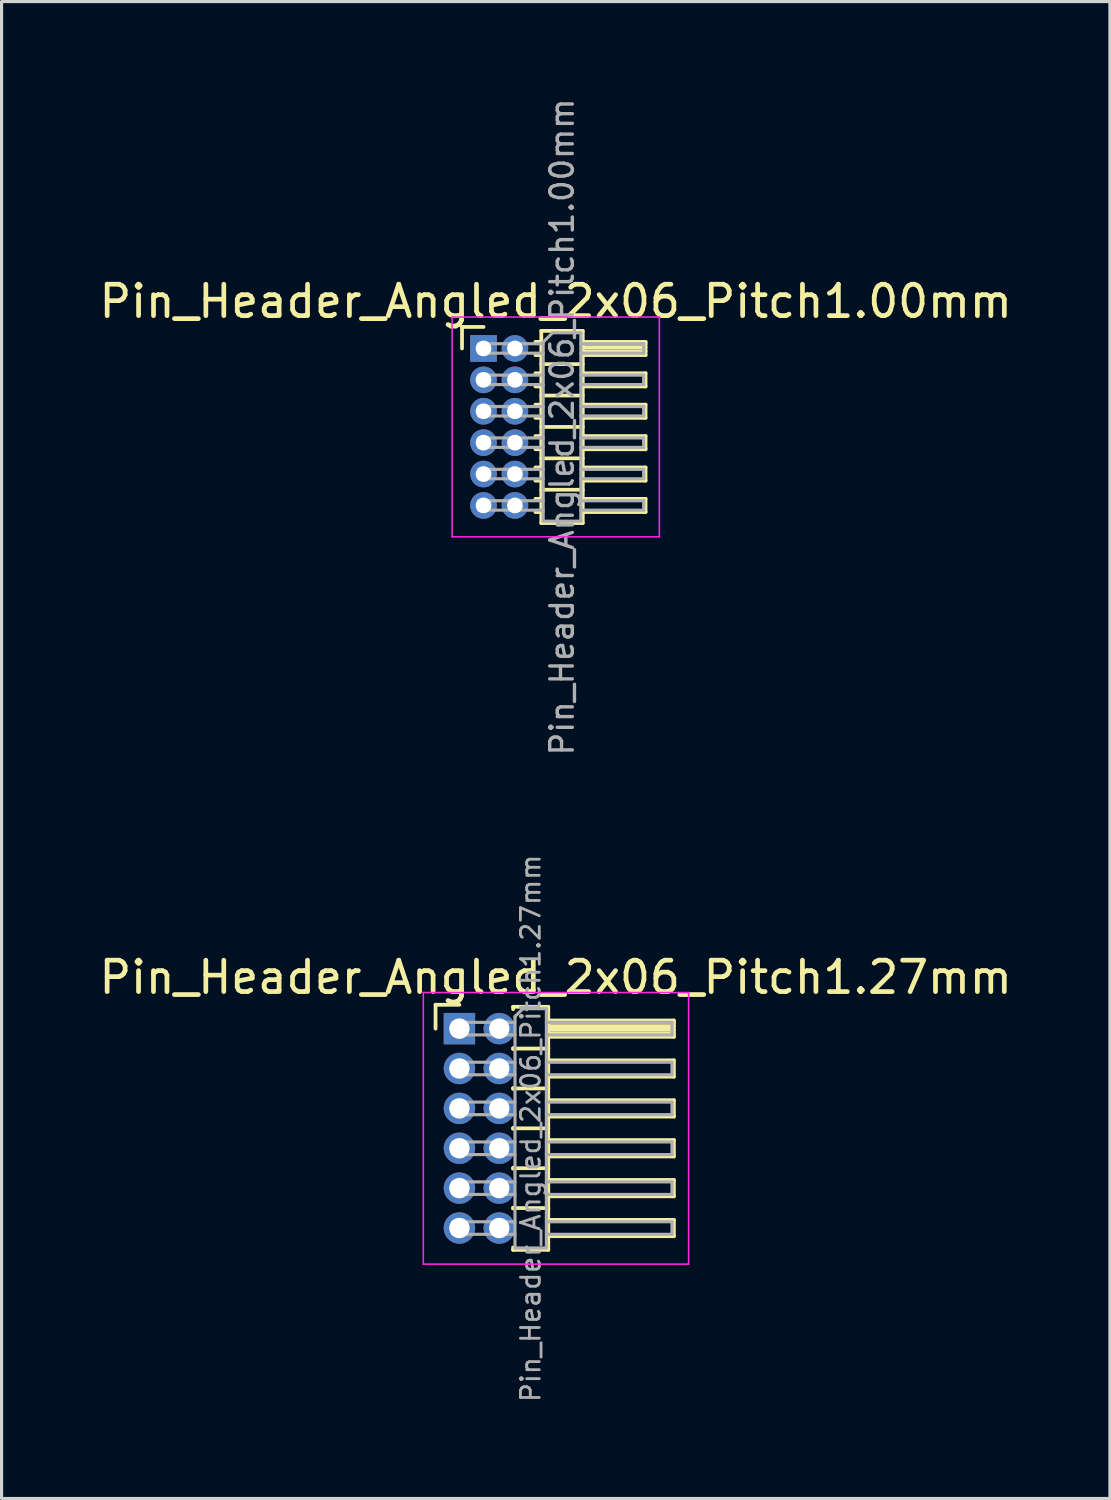
<source format=kicad_pcb>
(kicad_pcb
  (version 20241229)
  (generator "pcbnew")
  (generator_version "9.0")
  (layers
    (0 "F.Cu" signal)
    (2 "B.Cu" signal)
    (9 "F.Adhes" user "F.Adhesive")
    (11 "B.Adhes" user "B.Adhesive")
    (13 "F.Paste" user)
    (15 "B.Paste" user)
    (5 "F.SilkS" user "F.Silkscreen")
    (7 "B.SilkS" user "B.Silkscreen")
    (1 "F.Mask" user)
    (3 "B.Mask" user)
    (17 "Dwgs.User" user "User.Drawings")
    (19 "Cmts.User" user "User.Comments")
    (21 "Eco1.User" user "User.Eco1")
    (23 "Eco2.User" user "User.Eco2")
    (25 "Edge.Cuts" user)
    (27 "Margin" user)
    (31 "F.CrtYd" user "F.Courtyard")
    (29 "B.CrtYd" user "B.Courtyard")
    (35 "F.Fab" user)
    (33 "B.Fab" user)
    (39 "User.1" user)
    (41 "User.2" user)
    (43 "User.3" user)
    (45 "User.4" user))
  (footprint "Pin_Header_Angled_2x06_Pitch1.27mm"
    (layer "F.Cu")
    (at 11.581 29.709)
    (property "Reference" "Pin_Header_Angled_2x06_Pitch1.27mm" (at 3.067 -1.635 0) (layer "F.SilkS") (effects (font (size 1 1) (thickness 0.15))))
    (attr through_hole)
    (fp_line (start -0.76 -0.76) (end 0 -0.76) (stroke (width 0.12) (type solid)) (layer "F.SilkS"))
    (fp_line (start -0.76 0) (end -0.76 -0.76) (stroke (width 0.12) (type solid)) (layer "F.SilkS"))
    (fp_line (start 1.71 -0.695) (end 2.83 -0.695) (stroke (width 0.12) (type solid)) (layer "F.SilkS"))
    (fp_line (start 1.71 -0.62) (end 1.71 -0.695) (stroke (width 0.12) (type solid)) (layer "F.SilkS"))
    (fp_line (start 1.71 0.62) (end 1.71 0.65) (stroke (width 0.12) (type solid)) (layer "F.SilkS"))
    (fp_line (start 1.71 0.635) (end 2.83 0.635) (stroke (width 0.12) (type solid)) (layer "F.SilkS"))
    (fp_line (start 1.71 1.89) (end 1.71 1.92) (stroke (width 0.12) (type solid)) (layer "F.SilkS"))
    (fp_line (start 1.71 1.905) (end 2.83 1.905) (stroke (width 0.12) (type solid)) (layer "F.SilkS"))
    (fp_line (start 1.71 3.16) (end 1.71 3.19) (stroke (width 0.12) (type solid)) (layer "F.SilkS"))
    (fp_line (start 1.71 3.175) (end 2.83 3.175) (stroke (width 0.12) (type solid)) (layer "F.SilkS"))
    (fp_line (start 1.71 4.43) (end 1.71 4.46) (stroke (width 0.12) (type solid)) (layer "F.SilkS"))
    (fp_line (start 1.71 4.445) (end 2.83 4.445) (stroke (width 0.12) (type solid)) (layer "F.SilkS"))
    (fp_line (start 1.71 5.7) (end 1.71 5.73) (stroke (width 0.12) (type solid)) (layer "F.SilkS"))
    (fp_line (start 1.71 5.715) (end 2.83 5.715) (stroke (width 0.12) (type solid)) (layer "F.SilkS"))
    (fp_line (start 1.71 7.045) (end 1.71 6.97) (stroke (width 0.12) (type solid)) (layer "F.SilkS"))
    (fp_line (start 2.83 -0.695) (end 2.83 7.045) (stroke (width 0.12) (type solid)) (layer "F.SilkS"))
    (fp_line (start 2.83 -0.26) (end 6.83 -0.26) (stroke (width 0.12) (type solid)) (layer "F.SilkS"))
    (fp_line (start 2.83 -0.2) (end 6.83 -0.2) (stroke (width 0.12) (type solid)) (layer "F.SilkS"))
    (fp_line (start 2.83 -0.08) (end 6.83 -0.08) (stroke (width 0.12) (type solid)) (layer "F.SilkS"))
    (fp_line (start 2.83 0.04) (end 6.83 0.04) (stroke (width 0.12) (type solid)) (layer "F.SilkS"))
    (fp_line (start 2.83 0.16) (end 6.83 0.16) (stroke (width 0.12) (type solid)) (layer "F.SilkS"))
    (fp_line (start 2.83 1.01) (end 6.83 1.01) (stroke (width 0.12) (type solid)) (layer "F.SilkS"))
    (fp_line (start 2.83 2.28) (end 6.83 2.28) (stroke (width 0.12) (type solid)) (layer "F.SilkS"))
    (fp_line (start 2.83 3.55) (end 6.83 3.55) (stroke (width 0.12) (type solid)) (layer "F.SilkS"))
    (fp_line (start 2.83 4.82) (end 6.83 4.82) (stroke (width 0.12) (type solid)) (layer "F.SilkS"))
    (fp_line (start 2.83 6.09) (end 6.83 6.09) (stroke (width 0.12) (type solid)) (layer "F.SilkS"))
    (fp_line (start 2.83 7.045) (end 1.71 7.045) (stroke (width 0.12) (type solid)) (layer "F.SilkS"))
    (fp_line (start 6.83 -0.26) (end 6.83 0.26) (stroke (width 0.12) (type solid)) (layer "F.SilkS"))
    (fp_line (start 6.83 0.26) (end 2.83 0.26) (stroke (width 0.12) (type solid)) (layer "F.SilkS"))
    (fp_line (start 6.83 1.01) (end 6.83 1.53) (stroke (width 0.12) (type solid)) (layer "F.SilkS"))
    (fp_line (start 6.83 1.53) (end 2.83 1.53) (stroke (width 0.12) (type solid)) (layer "F.SilkS"))
    (fp_line (start 6.83 2.28) (end 6.83 2.8) (stroke (width 0.12) (type solid)) (layer "F.SilkS"))
    (fp_line (start 6.83 2.8) (end 2.83 2.8) (stroke (width 0.12) (type solid)) (layer "F.SilkS"))
    (fp_line (start 6.83 3.55) (end 6.83 4.07) (stroke (width 0.12) (type solid)) (layer "F.SilkS"))
    (fp_line (start 6.83 4.07) (end 2.83 4.07) (stroke (width 0.12) (type solid)) (layer "F.SilkS"))
    (fp_line (start 6.83 4.82) (end 6.83 5.34) (stroke (width 0.12) (type solid)) (layer "F.SilkS"))
    (fp_line (start 6.83 5.34) (end 2.83 5.34) (stroke (width 0.12) (type solid)) (layer "F.SilkS"))
    (fp_line (start 6.83 6.09) (end 6.83 6.61) (stroke (width 0.12) (type solid)) (layer "F.SilkS"))
    (fp_line (start 6.83 6.61) (end 2.83 6.61) (stroke (width 0.12) (type solid)) (layer "F.SilkS"))
    (fp_line (start -1.15 -1.15) (end -1.15 7.5) (stroke (width 0.05) (type solid)) (layer "F.CrtYd"))
    (fp_line (start -1.15 7.5) (end 7.3 7.5) (stroke (width 0.05) (type solid)) (layer "F.CrtYd"))
    (fp_line (start 7.3 -1.15) (end -1.15 -1.15) (stroke (width 0.05) (type solid)) (layer "F.CrtYd"))
    (fp_line (start 7.3 7.5) (end 7.3 -1.15) (stroke (width 0.05) (type solid)) (layer "F.CrtYd"))
    (fp_line (start -0.2 -0.2) (end -0.2 0.2) (stroke (width 0.1) (type solid)) (layer "F.Fab"))
    (fp_line (start -0.2 -0.2) (end 1.77 -0.2) (stroke (width 0.1) (type solid)) (layer "F.Fab"))
    (fp_line (start -0.2 0.2) (end 1.77 0.2) (stroke (width 0.1) (type solid)) (layer "F.Fab"))
    (fp_line (start -0.2 1.07) (end -0.2 1.47) (stroke (width 0.1) (type solid)) (layer "F.Fab"))
    (fp_line (start -0.2 1.07) (end 1.77 1.07) (stroke (width 0.1) (type solid)) (layer "F.Fab"))
    (fp_line (start -0.2 1.47) (end 1.77 1.47) (stroke (width 0.1) (type solid)) (layer "F.Fab"))
    (fp_line (start -0.2 2.34) (end -0.2 2.74) (stroke (width 0.1) (type solid)) (layer "F.Fab"))
    (fp_line (start -0.2 2.34) (end 1.77 2.34) (stroke (width 0.1) (type solid)) (layer "F.Fab"))
    (fp_line (start -0.2 2.74) (end 1.77 2.74) (stroke (width 0.1) (type solid)) (layer "F.Fab"))
    (fp_line (start -0.2 3.61) (end -0.2 4.01) (stroke (width 0.1) (type solid)) (layer "F.Fab"))
    (fp_line (start -0.2 3.61) (end 1.77 3.61) (stroke (width 0.1) (type solid)) (layer "F.Fab"))
    (fp_line (start -0.2 4.01) (end 1.77 4.01) (stroke (width 0.1) (type solid)) (layer "F.Fab"))
    (fp_line (start -0.2 4.88) (end -0.2 5.28) (stroke (width 0.1) (type solid)) (layer "F.Fab"))
    (fp_line (start -0.2 4.88) (end 1.77 4.88) (stroke (width 0.1) (type solid)) (layer "F.Fab"))
    (fp_line (start -0.2 5.28) (end 1.77 5.28) (stroke (width 0.1) (type solid)) (layer "F.Fab"))
    (fp_line (start -0.2 6.15) (end -0.2 6.55) (stroke (width 0.1) (type solid)) (layer "F.Fab"))
    (fp_line (start -0.2 6.15) (end 1.77 6.15) (stroke (width 0.1) (type solid)) (layer "F.Fab"))
    (fp_line (start -0.2 6.55) (end 1.77 6.55) (stroke (width 0.1) (type solid)) (layer "F.Fab"))
    (fp_line (start 1.77 -0.385) (end 2.02 -0.635) (stroke (width 0.1) (type solid)) (layer "F.Fab"))
    (fp_line (start 1.77 6.985) (end 1.77 -0.385) (stroke (width 0.1) (type solid)) (layer "F.Fab"))
    (fp_line (start 2.02 -0.635) (end 2.77 -0.635) (stroke (width 0.1) (type solid)) (layer "F.Fab"))
    (fp_line (start 2.77 -0.635) (end 2.77 6.985) (stroke (width 0.1) (type solid)) (layer "F.Fab"))
    (fp_line (start 2.77 -0.2) (end 6.77 -0.2) (stroke (width 0.1) (type solid)) (layer "F.Fab"))
    (fp_line (start 2.77 0.2) (end 6.77 0.2) (stroke (width 0.1) (type solid)) (layer "F.Fab"))
    (fp_line (start 2.77 1.07) (end 6.77 1.07) (stroke (width 0.1) (type solid)) (layer "F.Fab"))
    (fp_line (start 2.77 1.47) (end 6.77 1.47) (stroke (width 0.1) (type solid)) (layer "F.Fab"))
    (fp_line (start 2.77 2.34) (end 6.77 2.34) (stroke (width 0.1) (type solid)) (layer "F.Fab"))
    (fp_line (start 2.77 2.74) (end 6.77 2.74) (stroke (width 0.1) (type solid)) (layer "F.Fab"))
    (fp_line (start 2.77 3.61) (end 6.77 3.61) (stroke (width 0.1) (type solid)) (layer "F.Fab"))
    (fp_line (start 2.77 4.01) (end 6.77 4.01) (stroke (width 0.1) (type solid)) (layer "F.Fab"))
    (fp_line (start 2.77 4.88) (end 6.77 4.88) (stroke (width 0.1) (type solid)) (layer "F.Fab"))
    (fp_line (start 2.77 5.28) (end 6.77 5.28) (stroke (width 0.1) (type solid)) (layer "F.Fab"))
    (fp_line (start 2.77 6.15) (end 6.77 6.15) (stroke (width 0.1) (type solid)) (layer "F.Fab"))
    (fp_line (start 2.77 6.55) (end 6.77 6.55) (stroke (width 0.1) (type solid)) (layer "F.Fab"))
    (fp_line (start 2.77 6.985) (end 1.77 6.985) (stroke (width 0.1) (type solid)) (layer "F.Fab"))
    (fp_line (start 6.77 -0.2) (end 6.77 0.2) (stroke (width 0.1) (type solid)) (layer "F.Fab"))
    (fp_line (start 6.77 1.07) (end 6.77 1.47) (stroke (width 0.1) (type solid)) (layer "F.Fab"))
    (fp_line (start 6.77 2.34) (end 6.77 2.74) (stroke (width 0.1) (type solid)) (layer "F.Fab"))
    (fp_line (start 6.77 3.61) (end 6.77 4.01) (stroke (width 0.1) (type solid)) (layer "F.Fab"))
    (fp_line (start 6.77 4.88) (end 6.77 5.28) (stroke (width 0.1) (type solid)) (layer "F.Fab"))
    (fp_line (start 6.77 6.15) (end 6.77 6.55) (stroke (width 0.1) (type solid)) (layer "F.Fab"))
    (fp_text user "${REFERENCE}" (at 2.27 3.175 90) (layer "F.Fab") (effects (font (size 0.6 0.6) (thickness 0.09))))
    (pad "1" thru_hole rect (at 0 0) (size 1 1) (drill 0.65) (layers "*.Cu" "*.Mask"))
    (pad "2" thru_hole oval (at 1.27 0) (size 1 1) (drill 0.65) (layers "*.Cu" "*.Mask"))
    (pad "3" thru_hole oval (at 0 1.27) (size 1 1) (drill 0.65) (layers "*.Cu" "*.Mask"))
    (pad "4" thru_hole oval (at 1.27 1.27) (size 1 1) (drill 0.65) (layers "*.Cu" "*.Mask"))
    (pad "5" thru_hole oval (at 0 2.54) (size 1 1) (drill 0.65) (layers "*.Cu" "*.Mask"))
    (pad "6" thru_hole oval (at 1.27 2.54) (size 1 1) (drill 0.65) (layers "*.Cu" "*.Mask"))
    (pad "7" thru_hole oval (at 0 3.81) (size 1 1) (drill 0.65) (layers "*.Cu" "*.Mask"))
    (pad "8" thru_hole oval (at 1.27 3.81) (size 1 1) (drill 0.65) (layers "*.Cu" "*.Mask"))
    (pad "9" thru_hole oval (at 0 5.08) (size 1 1) (drill 0.65) (layers "*.Cu" "*.Mask"))
    (pad "10" thru_hole oval (at 1.27 5.08) (size 1 1) (drill 0.65) (layers "*.Cu" "*.Mask"))
    (pad "11" thru_hole oval (at 0 6.35) (size 1 1) (drill 0.65) (layers "*.Cu" "*.Mask"))
    (pad "12" thru_hole oval (at 1.27 6.35) (size 1 1) (drill 0.65) (layers "*.Cu" "*.Mask")))
  (footprint "Pin_Header_Angled_2x06_Pitch1.00mm"
    (layer "F.Cu")
    (at 12.349 8.047)
    (property "Reference" "Pin_Header_Angled_2x06_Pitch1.00mm" (at 2.3 -1.5 0) (layer "F.SilkS") (effects (font (size 1 1) (thickness 0.15))))
    (attr through_hole)
    (fp_line (start -0.685 -0.685) (end 0 -0.685) (stroke (width 0.12) (type solid)) (layer "F.SilkS"))
    (fp_line (start -0.685 0) (end -0.685 -0.685) (stroke (width 0.12) (type solid)) (layer "F.SilkS"))
    (fp_line (start 1.652 -0.21) (end 1.84 -0.21) (stroke (width 0.12) (type solid)) (layer "F.SilkS"))
    (fp_line (start 1.652 0.21) (end 1.84 0.21) (stroke (width 0.12) (type solid)) (layer "F.SilkS"))
    (fp_line (start 1.652 0.79) (end 1.84 0.79) (stroke (width 0.12) (type solid)) (layer "F.SilkS"))
    (fp_line (start 1.652 1.21) (end 1.84 1.21) (stroke (width 0.12) (type solid)) (layer "F.SilkS"))
    (fp_line (start 1.652 1.79) (end 1.84 1.79) (stroke (width 0.12) (type solid)) (layer "F.SilkS"))
    (fp_line (start 1.652 2.21) (end 1.84 2.21) (stroke (width 0.12) (type solid)) (layer "F.SilkS"))
    (fp_line (start 1.652 2.79) (end 1.84 2.79) (stroke (width 0.12) (type solid)) (layer "F.SilkS"))
    (fp_line (start 1.652 3.21) (end 1.84 3.21) (stroke (width 0.12) (type solid)) (layer "F.SilkS"))
    (fp_line (start 1.652 3.79) (end 1.84 3.79) (stroke (width 0.12) (type solid)) (layer "F.SilkS"))
    (fp_line (start 1.652 4.21) (end 1.84 4.21) (stroke (width 0.12) (type solid)) (layer "F.SilkS"))
    (fp_line (start 1.652 4.79) (end 1.84 4.79) (stroke (width 0.12) (type solid)) (layer "F.SilkS"))
    (fp_line (start 1.652 5.21) (end 1.84 5.21) (stroke (width 0.12) (type solid)) (layer "F.SilkS"))
    (fp_line (start 1.84 -0.56) (end 1.84 5.56) (stroke (width 0.12) (type solid)) (layer "F.SilkS"))
    (fp_line (start 1.84 0.5) (end 3.16 0.5) (stroke (width 0.12) (type solid)) (layer "F.SilkS"))
    (fp_line (start 1.84 1.5) (end 3.16 1.5) (stroke (width 0.12) (type solid)) (layer "F.SilkS"))
    (fp_line (start 1.84 2.5) (end 3.16 2.5) (stroke (width 0.12) (type solid)) (layer "F.SilkS"))
    (fp_line (start 1.84 3.5) (end 3.16 3.5) (stroke (width 0.12) (type solid)) (layer "F.SilkS"))
    (fp_line (start 1.84 4.5) (end 3.16 4.5) (stroke (width 0.12) (type solid)) (layer "F.SilkS"))
    (fp_line (start 1.84 5.56) (end 3.16 5.56) (stroke (width 0.12) (type solid)) (layer "F.SilkS"))
    (fp_line (start 3.16 -0.56) (end 1.84 -0.56) (stroke (width 0.12) (type solid)) (layer "F.SilkS"))
    (fp_line (start 3.16 -0.21) (end 5.16 -0.21) (stroke (width 0.12) (type solid)) (layer "F.SilkS"))
    (fp_line (start 3.16 -0.15) (end 5.16 -0.15) (stroke (width 0.12) (type solid)) (layer "F.SilkS"))
    (fp_line (start 3.16 -0.03) (end 5.16 -0.03) (stroke (width 0.12) (type solid)) (layer "F.SilkS"))
    (fp_line (start 3.16 0.09) (end 5.16 0.09) (stroke (width 0.12) (type solid)) (layer "F.SilkS"))
    (fp_line (start 3.16 0.79) (end 5.16 0.79) (stroke (width 0.12) (type solid)) (layer "F.SilkS"))
    (fp_line (start 3.16 1.79) (end 5.16 1.79) (stroke (width 0.12) (type solid)) (layer "F.SilkS"))
    (fp_line (start 3.16 2.79) (end 5.16 2.79) (stroke (width 0.12) (type solid)) (layer "F.SilkS"))
    (fp_line (start 3.16 3.79) (end 5.16 3.79) (stroke (width 0.12) (type solid)) (layer "F.SilkS"))
    (fp_line (start 3.16 4.79) (end 5.16 4.79) (stroke (width 0.12) (type solid)) (layer "F.SilkS"))
    (fp_line (start 3.16 5.56) (end 3.16 -0.56) (stroke (width 0.12) (type solid)) (layer "F.SilkS"))
    (fp_line (start 5.16 -0.21) (end 5.16 0.21) (stroke (width 0.12) (type solid)) (layer "F.SilkS"))
    (fp_line (start 5.16 0.21) (end 3.16 0.21) (stroke (width 0.12) (type solid)) (layer "F.SilkS"))
    (fp_line (start 5.16 0.79) (end 5.16 1.21) (stroke (width 0.12) (type solid)) (layer "F.SilkS"))
    (fp_line (start 5.16 1.21) (end 3.16 1.21) (stroke (width 0.12) (type solid)) (layer "F.SilkS"))
    (fp_line (start 5.16 1.79) (end 5.16 2.21) (stroke (width 0.12) (type solid)) (layer "F.SilkS"))
    (fp_line (start 5.16 2.21) (end 3.16 2.21) (stroke (width 0.12) (type solid)) (layer "F.SilkS"))
    (fp_line (start 5.16 2.79) (end 5.16 3.21) (stroke (width 0.12) (type solid)) (layer "F.SilkS"))
    (fp_line (start 5.16 3.21) (end 3.16 3.21) (stroke (width 0.12) (type solid)) (layer "F.SilkS"))
    (fp_line (start 5.16 3.79) (end 5.16 4.21) (stroke (width 0.12) (type solid)) (layer "F.SilkS"))
    (fp_line (start 5.16 4.21) (end 3.16 4.21) (stroke (width 0.12) (type solid)) (layer "F.SilkS"))
    (fp_line (start 5.16 4.79) (end 5.16 5.21) (stroke (width 0.12) (type solid)) (layer "F.SilkS"))
    (fp_line (start 5.16 5.21) (end 3.16 5.21) (stroke (width 0.12) (type solid)) (layer "F.SilkS"))
    (fp_line (start -1 -1) (end -1 6) (stroke (width 0.05) (type solid)) (layer "F.CrtYd"))
    (fp_line (start -1 6) (end 5.6 6) (stroke (width 0.05) (type solid)) (layer "F.CrtYd"))
    (fp_line (start 5.6 -1) (end -1 -1) (stroke (width 0.05) (type solid)) (layer "F.CrtYd"))
    (fp_line (start 5.6 6) (end 5.6 -1) (stroke (width 0.05) (type solid)) (layer "F.CrtYd"))
    (fp_line (start -0.15 -0.15) (end -0.15 0.15) (stroke (width 0.1) (type solid)) (layer "F.Fab"))
    (fp_line (start -0.15 -0.15) (end 1.9 -0.15) (stroke (width 0.1) (type solid)) (layer "F.Fab"))
    (fp_line (start -0.15 0.15) (end 1.9 0.15) (stroke (width 0.1) (type solid)) (layer "F.Fab"))
    (fp_line (start -0.15 0.85) (end -0.15 1.15) (stroke (width 0.1) (type solid)) (layer "F.Fab"))
    (fp_line (start -0.15 0.85) (end 1.9 0.85) (stroke (width 0.1) (type solid)) (layer "F.Fab"))
    (fp_line (start -0.15 1.15) (end 1.9 1.15) (stroke (width 0.1) (type solid)) (layer "F.Fab"))
    (fp_line (start -0.15 1.85) (end -0.15 2.15) (stroke (width 0.1) (type solid)) (layer "F.Fab"))
    (fp_line (start -0.15 1.85) (end 1.9 1.85) (stroke (width 0.1) (type solid)) (layer "F.Fab"))
    (fp_line (start -0.15 2.15) (end 1.9 2.15) (stroke (width 0.1) (type solid)) (layer "F.Fab"))
    (fp_line (start -0.15 2.85) (end -0.15 3.15) (stroke (width 0.1) (type solid)) (layer "F.Fab"))
    (fp_line (start -0.15 2.85) (end 1.9 2.85) (stroke (width 0.1) (type solid)) (layer "F.Fab"))
    (fp_line (start -0.15 3.15) (end 1.9 3.15) (stroke (width 0.1) (type solid)) (layer "F.Fab"))
    (fp_line (start -0.15 3.85) (end -0.15 4.15) (stroke (width 0.1) (type solid)) (layer "F.Fab"))
    (fp_line (start -0.15 3.85) (end 1.9 3.85) (stroke (width 0.1) (type solid)) (layer "F.Fab"))
    (fp_line (start -0.15 4.15) (end 1.9 4.15) (stroke (width 0.1) (type solid)) (layer "F.Fab"))
    (fp_line (start -0.15 4.85) (end -0.15 5.15) (stroke (width 0.1) (type solid)) (layer "F.Fab"))
    (fp_line (start -0.15 4.85) (end 1.9 4.85) (stroke (width 0.1) (type solid)) (layer "F.Fab"))
    (fp_line (start -0.15 5.15) (end 1.9 5.15) (stroke (width 0.1) (type solid)) (layer "F.Fab"))
    (fp_line (start 1.9 -0.2) (end 2.2 -0.5) (stroke (width 0.1) (type solid)) (layer "F.Fab"))
    (fp_line (start 1.9 5.5) (end 1.9 -0.2) (stroke (width 0.1) (type solid)) (layer "F.Fab"))
    (fp_line (start 2.2 -0.5) (end 3.1 -0.5) (stroke (width 0.1) (type solid)) (layer "F.Fab"))
    (fp_line (start 3.1 -0.5) (end 3.1 5.5) (stroke (width 0.1) (type solid)) (layer "F.Fab"))
    (fp_line (start 3.1 -0.15) (end 5.1 -0.15) (stroke (width 0.1) (type solid)) (layer "F.Fab"))
    (fp_line (start 3.1 0.15) (end 5.1 0.15) (stroke (width 0.1) (type solid)) (layer "F.Fab"))
    (fp_line (start 3.1 0.85) (end 5.1 0.85) (stroke (width 0.1) (type solid)) (layer "F.Fab"))
    (fp_line (start 3.1 1.15) (end 5.1 1.15) (stroke (width 0.1) (type solid)) (layer "F.Fab"))
    (fp_line (start 3.1 1.85) (end 5.1 1.85) (stroke (width 0.1) (type solid)) (layer "F.Fab"))
    (fp_line (start 3.1 2.15) (end 5.1 2.15) (stroke (width 0.1) (type solid)) (layer "F.Fab"))
    (fp_line (start 3.1 2.85) (end 5.1 2.85) (stroke (width 0.1) (type solid)) (layer "F.Fab"))
    (fp_line (start 3.1 3.15) (end 5.1 3.15) (stroke (width 0.1) (type solid)) (layer "F.Fab"))
    (fp_line (start 3.1 3.85) (end 5.1 3.85) (stroke (width 0.1) (type solid)) (layer "F.Fab"))
    (fp_line (start 3.1 4.15) (end 5.1 4.15) (stroke (width 0.1) (type solid)) (layer "F.Fab"))
    (fp_line (start 3.1 4.85) (end 5.1 4.85) (stroke (width 0.1) (type solid)) (layer "F.Fab"))
    (fp_line (start 3.1 5.15) (end 5.1 5.15) (stroke (width 0.1) (type solid)) (layer "F.Fab"))
    (fp_line (start 3.1 5.5) (end 1.9 5.5) (stroke (width 0.1) (type solid)) (layer "F.Fab"))
    (fp_line (start 5.1 -0.15) (end 5.1 0.15) (stroke (width 0.1) (type solid)) (layer "F.Fab"))
    (fp_line (start 5.1 0.85) (end 5.1 1.15) (stroke (width 0.1) (type solid)) (layer "F.Fab"))
    (fp_line (start 5.1 1.85) (end 5.1 2.15) (stroke (width 0.1) (type solid)) (layer "F.Fab"))
    (fp_line (start 5.1 2.85) (end 5.1 3.15) (stroke (width 0.1) (type solid)) (layer "F.Fab"))
    (fp_line (start 5.1 3.85) (end 5.1 4.15) (stroke (width 0.1) (type solid)) (layer "F.Fab"))
    (fp_line (start 5.1 4.85) (end 5.1 5.15) (stroke (width 0.1) (type solid)) (layer "F.Fab"))
    (fp_text user "${REFERENCE}" (at 2.5 2.5 90) (layer "F.Fab") (effects (font (size 0.72 0.72) (thickness 0.108))))
    (pad "1" thru_hole rect (at 0 0) (size 0.85 0.85) (drill 0.5) (layers "*.Cu" "*.Mask"))
    (pad "2" thru_hole oval (at 1 0) (size 0.85 0.85) (drill 0.5) (layers "*.Cu" "*.Mask"))
    (pad "3" thru_hole oval (at 0 1) (size 0.85 0.85) (drill 0.5) (layers "*.Cu" "*.Mask"))
    (pad "4" thru_hole oval (at 1 1) (size 0.85 0.85) (drill 0.5) (layers "*.Cu" "*.Mask"))
    (pad "5" thru_hole oval (at 0 2) (size 0.85 0.85) (drill 0.5) (layers "*.Cu" "*.Mask"))
    (pad "6" thru_hole oval (at 1 2) (size 0.85 0.85) (drill 0.5) (layers "*.Cu" "*.Mask"))
    (pad "7" thru_hole oval (at 0 3) (size 0.85 0.85) (drill 0.5) (layers "*.Cu" "*.Mask"))
    (pad "8" thru_hole oval (at 1 3) (size 0.85 0.85) (drill 0.5) (layers "*.Cu" "*.Mask"))
    (pad "9" thru_hole oval (at 0 4) (size 0.85 0.85) (drill 0.5) (layers "*.Cu" "*.Mask"))
    (pad "10" thru_hole oval (at 1 4) (size 0.85 0.85) (drill 0.5) (layers "*.Cu" "*.Mask"))
    (pad "11" thru_hole oval (at 0 5) (size 0.85 0.85) (drill 0.5) (layers "*.Cu" "*.Mask"))
    (pad "12" thru_hole oval (at 1 5) (size 0.85 0.85) (drill 0.5) (layers "*.Cu" "*.Mask")))
  (gr_rect
    (start -3 -3)
    (end 32.298 44.673)
    (stroke (width 0.1) (type default))
    (fill no)
    (layer "Edge.Cuts")))
</source>
